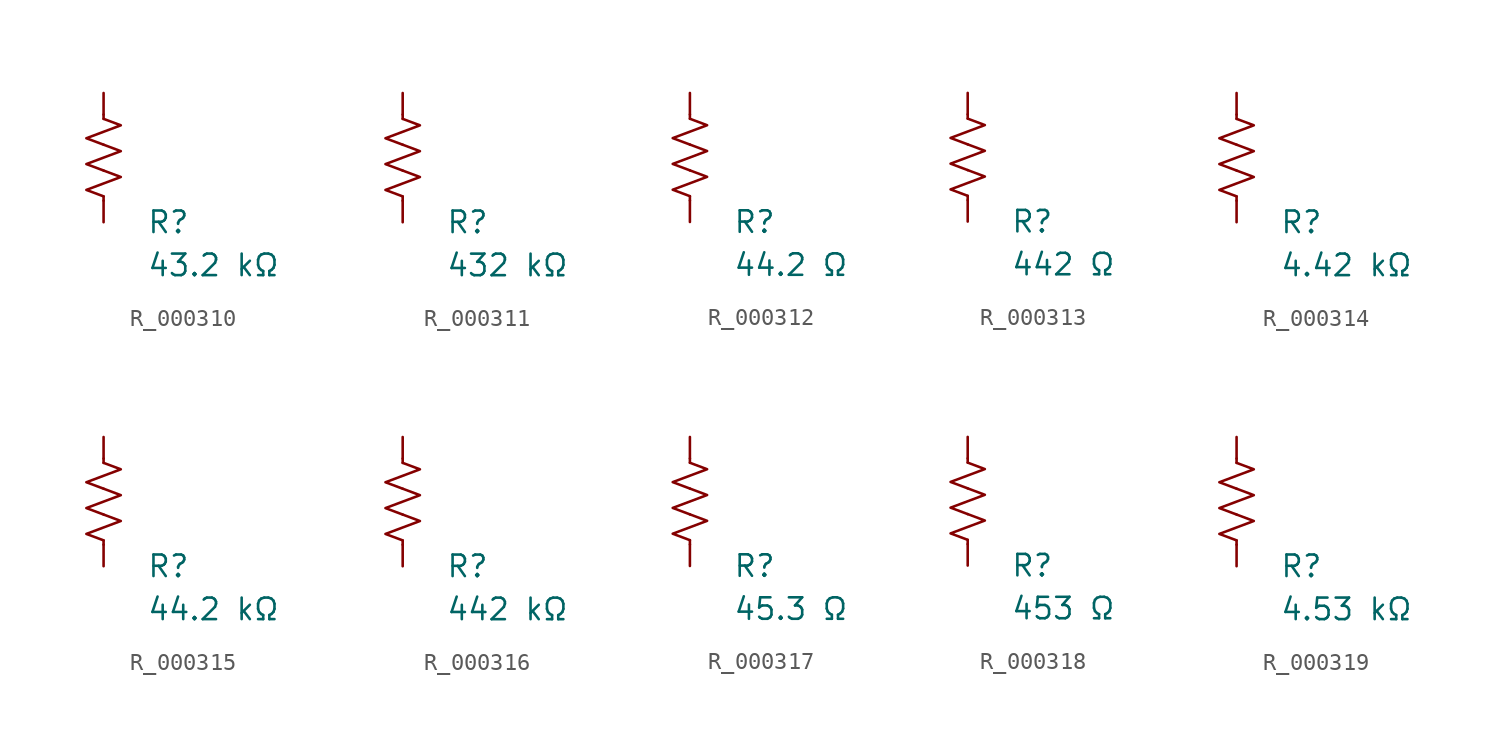
<source format=kicad_sym>
(kicad_symbol_lib
  (version 20231120)
  (generator "kicad_symbol_editor")
  (generator_version "8.0")
  (symbol "R_000310"
    (pin_numbers hide)
    (pin_names
      (offset 0))
    (property "Reference" "R"
      (at 2.54 -3.81 0)
      (effects (font (size 1.27 1.27)) (justify left))
      (show_name no))
    (property "Value" "43.2 kΩ"
      (at 2.54 -6.35 0)
      (effects (font (size 1.27 1.27)) (justify left))
      (show_name no))
    (symbol "R_000310_0_1"
      (polyline (pts (xy 0 -2.286) (xy 0 -2.54)) (stroke (width 0) (type default)) (fill (type none)))
      (polyline (pts (xy 0 2.286) (xy 0 2.54)) (stroke (width 0) (type default)) (fill (type none)))
      (polyline (pts (xy 0 -0.762) (xy 1.016 -1.143) (xy 0 -1.524) (xy -1.016 -1.905) (xy 0 -2.286)) (stroke (width 0) (type default)) (fill (type none)))
      (polyline (pts (xy 0 0.762) (xy 1.016 0.381) (xy 0 0) (xy -1.016 -0.381) (xy 0 -0.762)) (stroke (width 0) (type default)) (fill (type none)))
      (polyline (pts (xy 0 2.286) (xy 1.016 1.905) (xy 0 1.524) (xy -1.016 1.143) (xy 0 0.762)) (stroke (width 0) (type default)) (fill (type none))))
    (symbol "R_000310_1_1"
      (pin passive line (at 0 3.81 270) (length 1.27) (name "~" (effects (font (size 1.27 1.27)))) (number "1" (effects (font (size 1.27 1.27)))))
      (pin passive line (at 0 -3.81 90) (length 1.27) (name "~" (effects (font (size 1.27 1.27)))) (number "2" (effects (font (size 1.27 1.27)))))))
  (symbol "R_000311"
    (pin_numbers hide)
    (pin_names
      (offset 0))
    (property "Reference" "R"
      (at 2.54 -3.81 0)
      (effects (font (size 1.27 1.27)) (justify left))
      (show_name no))
    (property "Value" "432 kΩ"
      (at 2.54 -6.35 0)
      (effects (font (size 1.27 1.27)) (justify left))
      (show_name no))
    (symbol "R_000311_0_1"
      (polyline (pts (xy 0 -2.286) (xy 0 -2.54)) (stroke (width 0) (type default)) (fill (type none)))
      (polyline (pts (xy 0 2.286) (xy 0 2.54)) (stroke (width 0) (type default)) (fill (type none)))
      (polyline (pts (xy 0 -0.762) (xy 1.016 -1.143) (xy 0 -1.524) (xy -1.016 -1.905) (xy 0 -2.286)) (stroke (width 0) (type default)) (fill (type none)))
      (polyline (pts (xy 0 0.762) (xy 1.016 0.381) (xy 0 0) (xy -1.016 -0.381) (xy 0 -0.762)) (stroke (width 0) (type default)) (fill (type none)))
      (polyline (pts (xy 0 2.286) (xy 1.016 1.905) (xy 0 1.524) (xy -1.016 1.143) (xy 0 0.762)) (stroke (width 0) (type default)) (fill (type none))))
    (symbol "R_000311_1_1"
      (pin passive line (at 0 3.81 270) (length 1.27) (name "~" (effects (font (size 1.27 1.27)))) (number "1" (effects (font (size 1.27 1.27)))))
      (pin passive line (at 0 -3.81 90) (length 1.27) (name "~" (effects (font (size 1.27 1.27)))) (number "2" (effects (font (size 1.27 1.27)))))))
  (symbol "R_000312"
    (pin_numbers hide)
    (pin_names
      (offset 0))
    (property "Reference" "R"
      (at 2.54 -3.81 0)
      (effects (font (size 1.27 1.27)) (justify left))
      (show_name no))
    (property "Value" "44.2 Ω"
      (at 2.54 -6.35 0)
      (effects (font (size 1.27 1.27)) (justify left))
      (show_name no))
    (symbol "R_000312_0_1"
      (polyline (pts (xy 0 -2.286) (xy 0 -2.54)) (stroke (width 0) (type default)) (fill (type none)))
      (polyline (pts (xy 0 2.286) (xy 0 2.54)) (stroke (width 0) (type default)) (fill (type none)))
      (polyline (pts (xy 0 -0.762) (xy 1.016 -1.143) (xy 0 -1.524) (xy -1.016 -1.905) (xy 0 -2.286)) (stroke (width 0) (type default)) (fill (type none)))
      (polyline (pts (xy 0 0.762) (xy 1.016 0.381) (xy 0 0) (xy -1.016 -0.381) (xy 0 -0.762)) (stroke (width 0) (type default)) (fill (type none)))
      (polyline (pts (xy 0 2.286) (xy 1.016 1.905) (xy 0 1.524) (xy -1.016 1.143) (xy 0 0.762)) (stroke (width 0) (type default)) (fill (type none))))
    (symbol "R_000312_1_1"
      (pin passive line (at 0 3.81 270) (length 1.27) (name "~" (effects (font (size 1.27 1.27)))) (number "1" (effects (font (size 1.27 1.27)))))
      (pin passive line (at 0 -3.81 90) (length 1.27) (name "~" (effects (font (size 1.27 1.27)))) (number "2" (effects (font (size 1.27 1.27)))))))
  (symbol "R_000313"
    (pin_numbers hide)
    (pin_names
      (offset 0))
    (property "Reference" "R"
      (at 2.54 -3.81 0)
      (effects (font (size 1.27 1.27)) (justify left))
      (show_name no))
    (property "Value" "442 Ω"
      (at 2.54 -6.35 0)
      (effects (font (size 1.27 1.27)) (justify left))
      (show_name no))
    (symbol "R_000313_0_1"
      (polyline (pts (xy 0 -2.286) (xy 0 -2.54)) (stroke (width 0) (type default)) (fill (type none)))
      (polyline (pts (xy 0 2.286) (xy 0 2.54)) (stroke (width 0) (type default)) (fill (type none)))
      (polyline (pts (xy 0 -0.762) (xy 1.016 -1.143) (xy 0 -1.524) (xy -1.016 -1.905) (xy 0 -2.286)) (stroke (width 0) (type default)) (fill (type none)))
      (polyline (pts (xy 0 0.762) (xy 1.016 0.381) (xy 0 0) (xy -1.016 -0.381) (xy 0 -0.762)) (stroke (width 0) (type default)) (fill (type none)))
      (polyline (pts (xy 0 2.286) (xy 1.016 1.905) (xy 0 1.524) (xy -1.016 1.143) (xy 0 0.762)) (stroke (width 0) (type default)) (fill (type none))))
    (symbol "R_000313_1_1"
      (pin passive line (at 0 3.81 270) (length 1.27) (name "~" (effects (font (size 1.27 1.27)))) (number "1" (effects (font (size 1.27 1.27)))))
      (pin passive line (at 0 -3.81 90) (length 1.27) (name "~" (effects (font (size 1.27 1.27)))) (number "2" (effects (font (size 1.27 1.27)))))))
  (symbol "R_000314"
    (pin_numbers hide)
    (pin_names
      (offset 0))
    (property "Reference" "R"
      (at 2.54 -3.81 0)
      (effects (font (size 1.27 1.27)) (justify left))
      (show_name no))
    (property "Value" "4.42 kΩ"
      (at 2.54 -6.35 0)
      (effects (font (size 1.27 1.27)) (justify left))
      (show_name no))
    (symbol "R_000314_0_1"
      (polyline (pts (xy 0 -2.286) (xy 0 -2.54)) (stroke (width 0) (type default)) (fill (type none)))
      (polyline (pts (xy 0 2.286) (xy 0 2.54)) (stroke (width 0) (type default)) (fill (type none)))
      (polyline (pts (xy 0 -0.762) (xy 1.016 -1.143) (xy 0 -1.524) (xy -1.016 -1.905) (xy 0 -2.286)) (stroke (width 0) (type default)) (fill (type none)))
      (polyline (pts (xy 0 0.762) (xy 1.016 0.381) (xy 0 0) (xy -1.016 -0.381) (xy 0 -0.762)) (stroke (width 0) (type default)) (fill (type none)))
      (polyline (pts (xy 0 2.286) (xy 1.016 1.905) (xy 0 1.524) (xy -1.016 1.143) (xy 0 0.762)) (stroke (width 0) (type default)) (fill (type none))))
    (symbol "R_000314_1_1"
      (pin passive line (at 0 3.81 270) (length 1.27) (name "~" (effects (font (size 1.27 1.27)))) (number "1" (effects (font (size 1.27 1.27)))))
      (pin passive line (at 0 -3.81 90) (length 1.27) (name "~" (effects (font (size 1.27 1.27)))) (number "2" (effects (font (size 1.27 1.27)))))))
  (symbol "R_000315"
    (pin_numbers hide)
    (pin_names
      (offset 0))
    (property "Reference" "R"
      (at 2.54 -3.81 0)
      (effects (font (size 1.27 1.27)) (justify left))
      (show_name no))
    (property "Value" "44.2 kΩ"
      (at 2.54 -6.35 0)
      (effects (font (size 1.27 1.27)) (justify left))
      (show_name no))
    (symbol "R_000315_0_1"
      (polyline (pts (xy 0 -2.286) (xy 0 -2.54)) (stroke (width 0) (type default)) (fill (type none)))
      (polyline (pts (xy 0 2.286) (xy 0 2.54)) (stroke (width 0) (type default)) (fill (type none)))
      (polyline (pts (xy 0 -0.762) (xy 1.016 -1.143) (xy 0 -1.524) (xy -1.016 -1.905) (xy 0 -2.286)) (stroke (width 0) (type default)) (fill (type none)))
      (polyline (pts (xy 0 0.762) (xy 1.016 0.381) (xy 0 0) (xy -1.016 -0.381) (xy 0 -0.762)) (stroke (width 0) (type default)) (fill (type none)))
      (polyline (pts (xy 0 2.286) (xy 1.016 1.905) (xy 0 1.524) (xy -1.016 1.143) (xy 0 0.762)) (stroke (width 0) (type default)) (fill (type none))))
    (symbol "R_000315_1_1"
      (pin passive line (at 0 3.81 270) (length 1.27) (name "~" (effects (font (size 1.27 1.27)))) (number "1" (effects (font (size 1.27 1.27)))))
      (pin passive line (at 0 -3.81 90) (length 1.27) (name "~" (effects (font (size 1.27 1.27)))) (number "2" (effects (font (size 1.27 1.27)))))))
  (symbol "R_000316"
    (pin_numbers hide)
    (pin_names
      (offset 0))
    (property "Reference" "R"
      (at 2.54 -3.81 0)
      (effects (font (size 1.27 1.27)) (justify left))
      (show_name no))
    (property "Value" "442 kΩ"
      (at 2.54 -6.35 0)
      (effects (font (size 1.27 1.27)) (justify left))
      (show_name no))
    (symbol "R_000316_0_1"
      (polyline (pts (xy 0 -2.286) (xy 0 -2.54)) (stroke (width 0) (type default)) (fill (type none)))
      (polyline (pts (xy 0 2.286) (xy 0 2.54)) (stroke (width 0) (type default)) (fill (type none)))
      (polyline (pts (xy 0 -0.762) (xy 1.016 -1.143) (xy 0 -1.524) (xy -1.016 -1.905) (xy 0 -2.286)) (stroke (width 0) (type default)) (fill (type none)))
      (polyline (pts (xy 0 0.762) (xy 1.016 0.381) (xy 0 0) (xy -1.016 -0.381) (xy 0 -0.762)) (stroke (width 0) (type default)) (fill (type none)))
      (polyline (pts (xy 0 2.286) (xy 1.016 1.905) (xy 0 1.524) (xy -1.016 1.143) (xy 0 0.762)) (stroke (width 0) (type default)) (fill (type none))))
    (symbol "R_000316_1_1"
      (pin passive line (at 0 3.81 270) (length 1.27) (name "~" (effects (font (size 1.27 1.27)))) (number "1" (effects (font (size 1.27 1.27)))))
      (pin passive line (at 0 -3.81 90) (length 1.27) (name "~" (effects (font (size 1.27 1.27)))) (number "2" (effects (font (size 1.27 1.27)))))))
  (symbol "R_000317"
    (pin_numbers hide)
    (pin_names
      (offset 0))
    (property "Reference" "R"
      (at 2.54 -3.81 0)
      (effects (font (size 1.27 1.27)) (justify left))
      (show_name no))
    (property "Value" "45.3 Ω"
      (at 2.54 -6.35 0)
      (effects (font (size 1.27 1.27)) (justify left))
      (show_name no))
    (symbol "R_000317_0_1"
      (polyline (pts (xy 0 -2.286) (xy 0 -2.54)) (stroke (width 0) (type default)) (fill (type none)))
      (polyline (pts (xy 0 2.286) (xy 0 2.54)) (stroke (width 0) (type default)) (fill (type none)))
      (polyline (pts (xy 0 -0.762) (xy 1.016 -1.143) (xy 0 -1.524) (xy -1.016 -1.905) (xy 0 -2.286)) (stroke (width 0) (type default)) (fill (type none)))
      (polyline (pts (xy 0 0.762) (xy 1.016 0.381) (xy 0 0) (xy -1.016 -0.381) (xy 0 -0.762)) (stroke (width 0) (type default)) (fill (type none)))
      (polyline (pts (xy 0 2.286) (xy 1.016 1.905) (xy 0 1.524) (xy -1.016 1.143) (xy 0 0.762)) (stroke (width 0) (type default)) (fill (type none))))
    (symbol "R_000317_1_1"
      (pin passive line (at 0 3.81 270) (length 1.27) (name "~" (effects (font (size 1.27 1.27)))) (number "1" (effects (font (size 1.27 1.27)))))
      (pin passive line (at 0 -3.81 90) (length 1.27) (name "~" (effects (font (size 1.27 1.27)))) (number "2" (effects (font (size 1.27 1.27)))))))
  (symbol "R_000318"
    (pin_numbers hide)
    (pin_names
      (offset 0))
    (property "Reference" "R"
      (at 2.54 -3.81 0)
      (effects (font (size 1.27 1.27)) (justify left))
      (show_name no))
    (property "Value" "453 Ω"
      (at 2.54 -6.35 0)
      (effects (font (size 1.27 1.27)) (justify left))
      (show_name no))
    (symbol "R_000318_0_1"
      (polyline (pts (xy 0 -2.286) (xy 0 -2.54)) (stroke (width 0) (type default)) (fill (type none)))
      (polyline (pts (xy 0 2.286) (xy 0 2.54)) (stroke (width 0) (type default)) (fill (type none)))
      (polyline (pts (xy 0 -0.762) (xy 1.016 -1.143) (xy 0 -1.524) (xy -1.016 -1.905) (xy 0 -2.286)) (stroke (width 0) (type default)) (fill (type none)))
      (polyline (pts (xy 0 0.762) (xy 1.016 0.381) (xy 0 0) (xy -1.016 -0.381) (xy 0 -0.762)) (stroke (width 0) (type default)) (fill (type none)))
      (polyline (pts (xy 0 2.286) (xy 1.016 1.905) (xy 0 1.524) (xy -1.016 1.143) (xy 0 0.762)) (stroke (width 0) (type default)) (fill (type none))))
    (symbol "R_000318_1_1"
      (pin passive line (at 0 3.81 270) (length 1.27) (name "~" (effects (font (size 1.27 1.27)))) (number "1" (effects (font (size 1.27 1.27)))))
      (pin passive line (at 0 -3.81 90) (length 1.27) (name "~" (effects (font (size 1.27 1.27)))) (number "2" (effects (font (size 1.27 1.27)))))))
  (symbol "R_000319"
    (pin_numbers hide)
    (pin_names
      (offset 0))
    (property "Reference" "R"
      (at 2.54 -3.81 0)
      (effects (font (size 1.27 1.27)) (justify left))
      (show_name no))
    (property "Value" "4.53 kΩ"
      (at 2.54 -6.35 0)
      (effects (font (size 1.27 1.27)) (justify left))
      (show_name no))
    (symbol "R_000319_0_1"
      (polyline (pts (xy 0 -2.286) (xy 0 -2.54)) (stroke (width 0) (type default)) (fill (type none)))
      (polyline (pts (xy 0 2.286) (xy 0 2.54)) (stroke (width 0) (type default)) (fill (type none)))
      (polyline (pts (xy 0 -0.762) (xy 1.016 -1.143) (xy 0 -1.524) (xy -1.016 -1.905) (xy 0 -2.286)) (stroke (width 0) (type default)) (fill (type none)))
      (polyline (pts (xy 0 0.762) (xy 1.016 0.381) (xy 0 0) (xy -1.016 -0.381) (xy 0 -0.762)) (stroke (width 0) (type default)) (fill (type none)))
      (polyline (pts (xy 0 2.286) (xy 1.016 1.905) (xy 0 1.524) (xy -1.016 1.143) (xy 0 0.762)) (stroke (width 0) (type default)) (fill (type none))))
    (symbol "R_000319_1_1"
      (pin passive line (at 0 3.81 270) (length 1.27) (name "~" (effects (font (size 1.27 1.27)))) (number "1" (effects (font (size 1.27 1.27)))))
      (pin passive line (at 0 -3.81 90) (length 1.27) (name "~" (effects (font (size 1.27 1.27)))) (number "2" (effects (font (size 1.27 1.27))))))))
</source>
